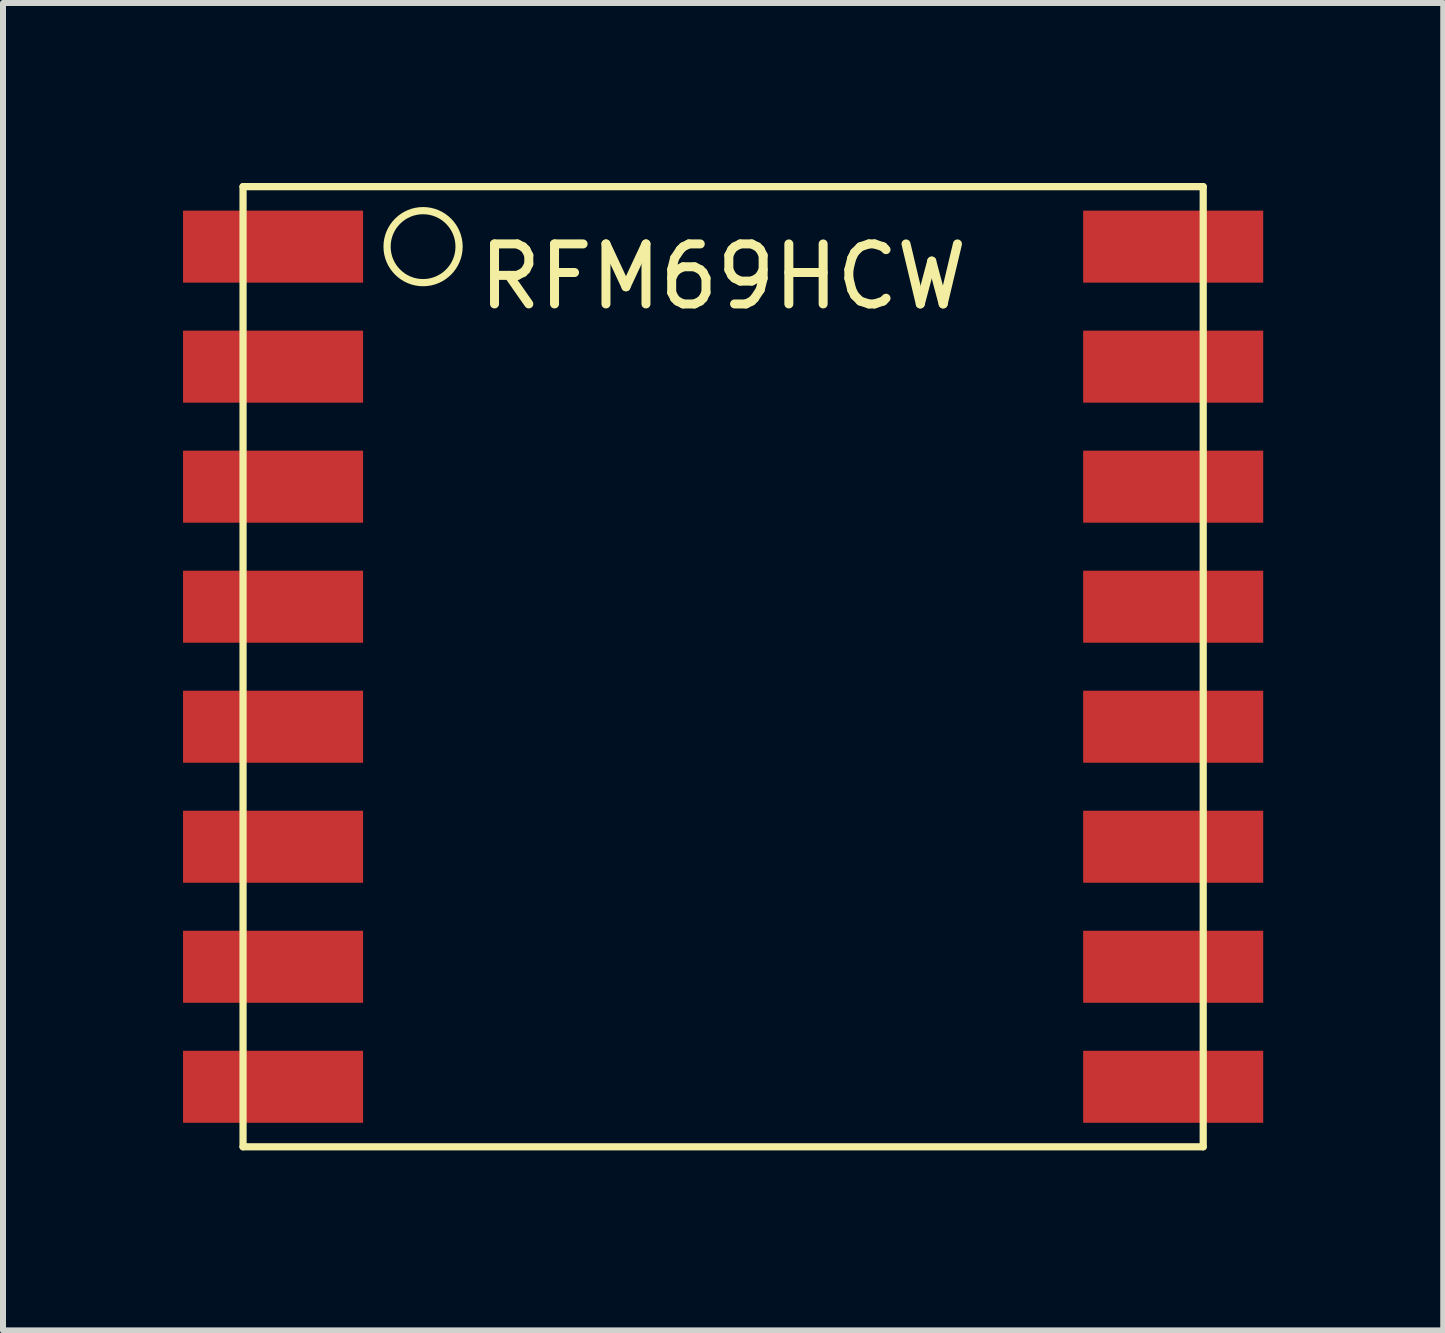
<source format=kicad_pcb>
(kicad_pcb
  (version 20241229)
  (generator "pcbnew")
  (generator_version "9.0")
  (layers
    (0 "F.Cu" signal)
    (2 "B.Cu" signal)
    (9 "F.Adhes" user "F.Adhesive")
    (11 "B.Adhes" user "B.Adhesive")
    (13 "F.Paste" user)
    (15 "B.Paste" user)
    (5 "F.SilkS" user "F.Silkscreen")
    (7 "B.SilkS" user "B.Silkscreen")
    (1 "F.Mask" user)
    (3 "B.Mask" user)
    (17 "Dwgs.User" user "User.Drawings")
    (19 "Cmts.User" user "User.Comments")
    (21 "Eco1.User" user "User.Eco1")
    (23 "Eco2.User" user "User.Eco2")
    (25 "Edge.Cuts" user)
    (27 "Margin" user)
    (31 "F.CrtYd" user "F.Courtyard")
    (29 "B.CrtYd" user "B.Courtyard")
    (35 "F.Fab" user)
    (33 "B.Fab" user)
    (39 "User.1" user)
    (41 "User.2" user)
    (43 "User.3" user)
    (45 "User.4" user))
  (footprint "RFM69HCW"
    (layer "F.Cu")
    (at 9 8.06)
    (property "Reference" "RFM69HCW" (at 0 -6.5 0) (layer "F.SilkS") (effects (font (size 1 1) (thickness 0.15))))
    (attr through_hole)
    (fp_line (start -8 -8) (end -8 8) (stroke (width 0.12) (type solid)) (layer "F.SilkS"))
    (fp_line (start -8 -8) (end 8 -8) (stroke (width 0.12) (type solid)) (layer "F.SilkS"))
    (fp_line (start -8 8) (end 8 8) (stroke (width 0.12) (type solid)) (layer "F.SilkS"))
    (fp_line (start 8 8) (end 8 -8) (stroke (width 0.12) (type solid)) (layer "F.SilkS"))
    (fp_circle (center -5 -7) (end -4.4 -7) (stroke (width 0.12) (type solid)) (fill no) (layer "F.SilkS"))
    (pad "1" smd rect (at -7.5 -7) (size 3 1.2) (layers "F.Cu" "F.Mask" "F.Paste"))
    (pad "2" smd rect (at -7.5 -5) (size 3 1.2) (layers "F.Cu" "F.Mask" "F.Paste"))
    (pad "3" smd rect (at -7.5 -3) (size 3 1.2) (layers "F.Cu" "F.Mask" "F.Paste"))
    (pad "4" smd rect (at -7.5 -1) (size 3 1.2) (layers "F.Cu" "F.Mask" "F.Paste"))
    (pad "5" smd rect (at -7.5 1) (size 3 1.2) (layers "F.Cu" "F.Mask" "F.Paste"))
    (pad "6" smd rect (at -7.5 3) (size 3 1.2) (layers "F.Cu" "F.Mask" "F.Paste"))
    (pad "7" smd rect (at -7.5 5) (size 3 1.2) (layers "F.Cu" "F.Mask" "F.Paste"))
    (pad "8" smd rect (at -7.5 7) (size 3 1.2) (layers "F.Cu" "F.Mask" "F.Paste"))
    (pad "9" smd rect (at 7.5 7) (size 3 1.2) (layers "F.Cu" "F.Mask" "F.Paste"))
    (pad "10" smd rect (at 7.5 5) (size 3 1.2) (layers "F.Cu" "F.Mask" "F.Paste"))
    (pad "11" smd rect (at 7.5 3) (size 3 1.2) (layers "F.Cu" "F.Mask" "F.Paste"))
    (pad "12" smd rect (at 7.5 1) (size 3 1.2) (layers "F.Cu" "F.Mask" "F.Paste"))
    (pad "13" smd rect (at 7.5 -1) (size 3 1.2) (layers "F.Cu" "F.Mask" "F.Paste"))
    (pad "14" smd rect (at 7.5 -3) (size 3 1.2) (layers "F.Cu" "F.Mask" "F.Paste"))
    (pad "15" smd rect (at 7.5 -5) (size 3 1.2) (layers "F.Cu" "F.Mask" "F.Paste"))
    (pad "16" smd rect (at 7.5 -7) (size 3 1.2) (layers "F.Cu" "F.Mask" "F.Paste")))
  (gr_rect
    (start -3 -3)
    (end 21 19.12)
    (stroke (width 0.1) (type default))
    (fill no)
    (layer "Edge.Cuts")))
</source>
